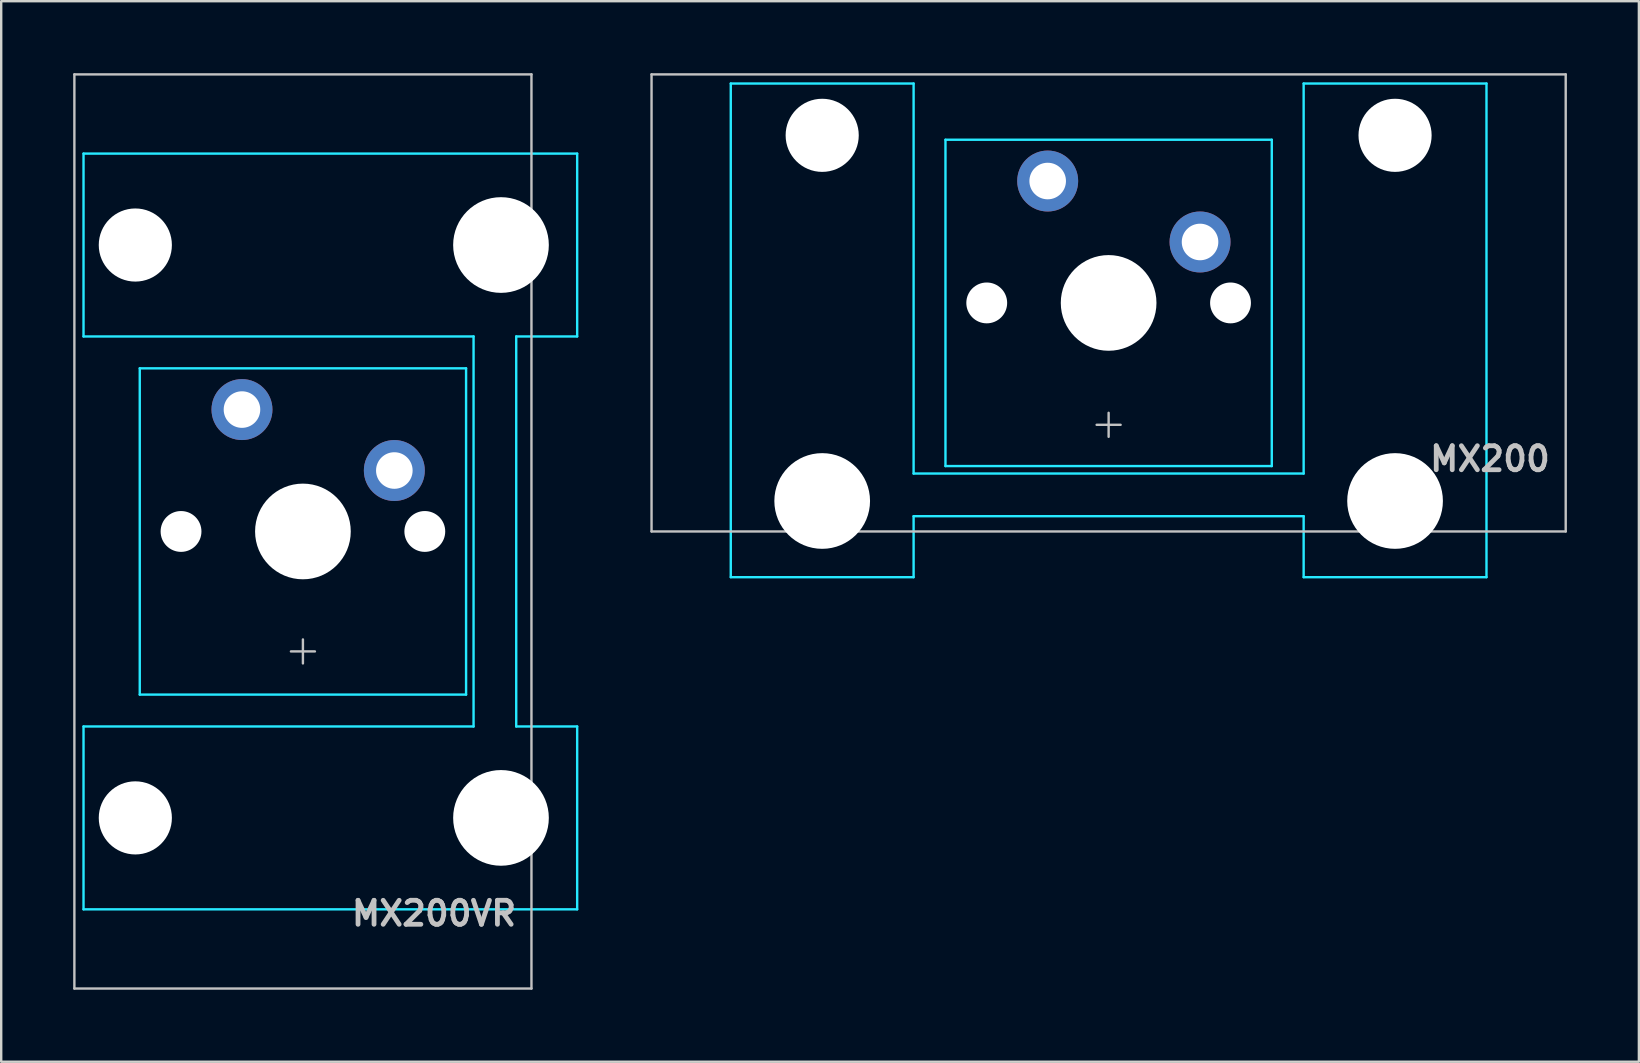
<source format=kicad_pcb>
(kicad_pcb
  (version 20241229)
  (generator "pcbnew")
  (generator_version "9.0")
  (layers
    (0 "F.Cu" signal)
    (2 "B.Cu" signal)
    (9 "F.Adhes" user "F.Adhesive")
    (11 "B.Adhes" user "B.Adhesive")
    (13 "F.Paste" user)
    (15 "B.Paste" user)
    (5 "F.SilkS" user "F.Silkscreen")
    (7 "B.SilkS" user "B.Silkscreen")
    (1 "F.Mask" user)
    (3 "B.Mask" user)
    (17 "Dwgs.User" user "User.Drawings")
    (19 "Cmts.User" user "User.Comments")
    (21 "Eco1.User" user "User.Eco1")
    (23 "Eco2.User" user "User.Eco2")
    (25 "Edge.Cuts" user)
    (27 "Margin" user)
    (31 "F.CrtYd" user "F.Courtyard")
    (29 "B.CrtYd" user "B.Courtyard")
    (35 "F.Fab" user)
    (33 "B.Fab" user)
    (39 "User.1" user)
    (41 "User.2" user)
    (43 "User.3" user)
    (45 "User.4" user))
  (footprint "MX200VR"
    (layer "F.Cu")
    (at 9.575 19.02)
    (property "Reference" "MX200VR" (at 9 16 0) (layer "Dwgs.User") (effects (font (size 1 1) (thickness 0.2)) (justify right)))
    (attr through_hole)
    (fp_line (start -9.525 -18.97) (end -9.525 19.13) (stroke (width 0.1) (type solid)) (layer "Dwgs.User"))
    (fp_line (start -0.5 5.08) (end 0.5 5.08) (stroke (width 0.1) (type solid)) (layer "Dwgs.User"))
    (fp_line (start 0 5.58) (end 0 4.58) (stroke (width 0.1) (type solid)) (layer "Dwgs.User"))
    (fp_line (start 9.525 -18.97) (end -9.525 -18.97) (stroke (width 0.1) (type solid)) (layer "Dwgs.User"))
    (fp_line (start 9.525 -18.97) (end 9.525 19.13) (stroke (width 0.1) (type solid)) (layer "Dwgs.User"))
    (fp_line (start 9.525 19.13) (end -9.525 19.13) (stroke (width 0.1) (type solid)) (layer "Dwgs.User"))
    (fp_line (start -7 -6.42) (end -7 6.58) (stroke (width 0.1) (type solid)) (layer "Eco1.User"))
    (fp_line (start -6.5 7.08) (end 6.5 7.08) (stroke (width 0.1) (type solid)) (layer "Eco1.User"))
    (fp_line (start -5.985 -8.858) (end -5.985 -14.858) (stroke (width 0.1) (type solid)) (layer "Eco1.User"))
    (fp_line (start -5.985 15.018) (end -5.985 9.018) (stroke (width 0.1) (type solid)) (layer "Eco1.User"))
    (fp_line (start -5.485 -8.358) (end 8.515 -8.358) (stroke (width 0.1) (type solid)) (layer "Eco1.User"))
    (fp_line (start -5.485 15.518) (end 8.515 15.518) (stroke (width 0.1) (type solid)) (layer "Eco1.User"))
    (fp_line (start 6.5 -6.92) (end -6.5 -6.92) (stroke (width 0.1) (type solid)) (layer "Eco1.User"))
    (fp_line (start 7 6.58) (end 7 -6.42) (stroke (width 0.1) (type solid)) (layer "Eco1.User"))
    (fp_line (start 8.515 -15.358) (end -5.485 -15.358) (stroke (width 0.1) (type solid)) (layer "Eco1.User"))
    (fp_line (start 8.515 8.518) (end -5.485 8.518) (stroke (width 0.1) (type solid)) (layer "Eco1.User"))
    (fp_line (start 9.015 -14.858) (end 9.015 -8.858) (stroke (width 0.1) (type solid)) (layer "Eco1.User"))
    (fp_line (start 9.015 9.018) (end 9.015 15.018) (stroke (width 0.1) (type solid)) (layer "Eco1.User"))
    (fp_arc (start -7 -6.42) (mid -6.853553 -6.773553) (end -6.5 -6.92) (stroke (width 0.1) (type solid)) (layer "Eco1.User"))
    (fp_arc (start -6.5 7.08) (mid -6.853553 6.933553) (end -7 6.58) (stroke (width 0.1) (type solid)) (layer "Eco1.User"))
    (fp_arc (start -5.985 -14.858) (mid -5.838553 -15.211553) (end -5.485 -15.358) (stroke (width 0.1) (type solid)) (layer "Eco1.User"))
    (fp_arc (start -5.985 9.018) (mid -5.838553 8.664447) (end -5.485 8.518) (stroke (width 0.1) (type solid)) (layer "Eco1.User"))
    (fp_arc (start -5.485 -8.358) (mid -5.838553 -8.504447) (end -5.985 -8.858) (stroke (width 0.1) (type solid)) (layer "Eco1.User"))
    (fp_arc (start -5.485 15.518) (mid -5.838553 15.371553) (end -5.985 15.018) (stroke (width 0.1) (type solid)) (layer "Eco1.User"))
    (fp_arc (start 6.5 -6.92) (mid 6.853553 -6.773553) (end 7 -6.42) (stroke (width 0.1) (type solid)) (layer "Eco1.User"))
    (fp_arc (start 7 6.58) (mid 6.853553 6.933553) (end 6.5 7.08) (stroke (width 0.1) (type solid)) (layer "Eco1.User"))
    (fp_arc (start 8.515 -15.358) (mid 8.868553 -15.211553) (end 9.015 -14.858) (stroke (width 0.1) (type solid)) (layer "Eco1.User"))
    (fp_arc (start 8.515 8.518) (mid 8.868553 8.664447) (end 9.015 9.018) (stroke (width 0.1) (type solid)) (layer "Eco1.User"))
    (fp_arc (start 9.015 -8.858) (mid 8.868553 -8.504447) (end 8.515 -8.358) (stroke (width 0.1) (type solid)) (layer "Eco1.User"))
    (fp_arc (start 9.015 15.018) (mid 8.868553 15.371553) (end 8.515 15.518) (stroke (width 0.1) (type solid)) (layer "Eco1.User"))
    (fp_line (start -9.144 -15.668) (end 11.43 -15.668) (stroke (width 0.1) (type solid)) (layer "B.CrtYd"))
    (fp_line (start -9.144 -8.048) (end -9.144 -15.668) (stroke (width 0.1) (type solid)) (layer "B.CrtYd"))
    (fp_line (start -9.144 -8.048) (end 7.112 -8.048) (stroke (width 0.1) (type solid)) (layer "B.CrtYd"))
    (fp_line (start -9.144 8.208) (end 7.112 8.208) (stroke (width 0.1) (type solid)) (layer "B.CrtYd"))
    (fp_line (start -9.144 15.828) (end -9.144 8.208) (stroke (width 0.1) (type solid)) (layer "B.CrtYd"))
    (fp_line (start -6.8 6.88) (end -6.8 -6.72) (stroke (width 0.1) (type solid)) (layer "B.CrtYd"))
    (fp_line (start 6.8 -6.72) (end -6.8 -6.72) (stroke (width 0.1) (type solid)) (layer "B.CrtYd"))
    (fp_line (start 6.8 6.88) (end -6.8 6.88) (stroke (width 0.1) (type solid)) (layer "B.CrtYd"))
    (fp_line (start 6.8 6.88) (end 6.8 -6.72) (stroke (width 0.1) (type solid)) (layer "B.CrtYd"))
    (fp_line (start 7.112 8.208) (end 7.112 -8.048) (stroke (width 0.1) (type solid)) (layer "B.CrtYd"))
    (fp_line (start 8.89 8.208) (end 8.89 -8.048) (stroke (width 0.1) (type solid)) (layer "B.CrtYd"))
    (fp_line (start 11.43 -15.668) (end 11.43 -8.048) (stroke (width 0.1) (type solid)) (layer "B.CrtYd"))
    (fp_line (start 11.43 -8.048) (end 8.89 -8.048) (stroke (width 0.1) (type solid)) (layer "B.CrtYd"))
    (fp_line (start 11.43 8.208) (end 8.89 8.208) (stroke (width 0.1) (type solid)) (layer "B.CrtYd"))
    (fp_line (start 11.43 8.208) (end 11.43 15.828) (stroke (width 0.1) (type solid)) (layer "B.CrtYd"))
    (fp_line (start 11.43 15.828) (end -9.144 15.828) (stroke (width 0.1) (type solid)) (layer "B.CrtYd"))
    (pad "" np_thru_hole circle (at -6.985 -11.858 90) (size 3.048 3.048) (drill 3.048) (layers "*.Cu" "*.Mask"))
    (pad "" np_thru_hole circle (at -6.985 12.018 90) (size 3.048 3.048) (drill 3.048) (layers "*.Cu" "*.Mask"))
    (pad "" np_thru_hole circle (at -5.08 0.08) (size 1.702 1.702) (drill 1.702) (layers "*.Cu" "*.Mask"))
    (pad "" connect circle (at -2.54 -5) (size 1.524 1.524) (layers "B.Mask"))
    (pad "" np_thru_hole circle (at 0 0.08 180) (size 3.988 3.988) (drill 3.988) (layers "*.Cu" "*.Mask"))
    (pad "" connect circle (at 3.81 -2.46) (size 1.524 1.524) (layers "B.Mask"))
    (pad "" np_thru_hole circle (at 5.08 0.08) (size 1.702 1.702) (drill 1.702) (layers "*.Cu" "*.Mask"))
    (pad "" np_thru_hole circle (at 8.255 -11.858 90) (size 3.988 3.988) (drill 3.988) (layers "*.Cu" "*.Mask"))
    (pad "" np_thru_hole circle (at 8.255 12.018 90) (size 3.988 3.988) (drill 3.988) (layers "*.Cu" "*.Mask"))
    (pad "1" thru_hole circle (at -2.54 -5) (size 2.54 2.54) (drill 1.524) (layers "*.Cu" "F.Mask"))
    (pad "2" thru_hole circle (at 3.81 -2.46) (size 2.54 2.54) (drill 1.524) (layers "*.Cu" "F.Mask")))
  (footprint "MX200"
    (layer "F.Cu")
    (at 43.155 9.575)
    (property "Reference" "MX200" (at 18.5 6.5 0) (layer "Dwgs.User") (effects (font (size 1 1) (thickness 0.2)) (justify right)))
    (attr through_hole)
    (fp_line (start -19.05 -9.525) (end -19.05 9.525) (stroke (width 0.1) (type solid)) (layer "Dwgs.User"))
    (fp_line (start -19.05 -9.525) (end 19.05 -9.525) (stroke (width 0.1) (type solid)) (layer "Dwgs.User"))
    (fp_line (start -19.05 9.525) (end 19.05 9.525) (stroke (width 0.1) (type solid)) (layer "Dwgs.User"))
    (fp_line (start -0.5 5.08) (end 0.5 5.08) (stroke (width 0.1) (type solid)) (layer "Dwgs.User"))
    (fp_line (start 0 5.58) (end 0 4.58) (stroke (width 0.1) (type solid)) (layer "Dwgs.User"))
    (fp_line (start 19.05 -9.525) (end 19.05 9.525) (stroke (width 0.1) (type solid)) (layer "Dwgs.User"))
    (fp_line (start -15.438 -5.485) (end -15.438 8.515) (stroke (width 0.1) (type solid)) (layer "Eco1.User"))
    (fp_line (start -14.938 -5.985) (end -8.938 -5.985) (stroke (width 0.1) (type solid)) (layer "Eco1.User"))
    (fp_line (start -8.938 9.015) (end -14.938 9.015) (stroke (width 0.1) (type solid)) (layer "Eco1.User"))
    (fp_line (start -8.438 8.515) (end -8.438 -5.485) (stroke (width 0.1) (type solid)) (layer "Eco1.User"))
    (fp_line (start -7 -6.5) (end -7 6.5) (stroke (width 0.1) (type solid)) (layer "Eco1.User"))
    (fp_line (start -6.5 7) (end 6.5 7) (stroke (width 0.1) (type solid)) (layer "Eco1.User"))
    (fp_line (start 6.5 -7) (end -6.5 -7) (stroke (width 0.1) (type solid)) (layer "Eco1.User"))
    (fp_line (start 7 6.5) (end 7 -6.5) (stroke (width 0.1) (type solid)) (layer "Eco1.User"))
    (fp_line (start 8.438 -5.485) (end 8.438 8.515) (stroke (width 0.1) (type solid)) (layer "Eco1.User"))
    (fp_line (start 8.938 -5.985) (end 14.938 -5.985) (stroke (width 0.1) (type solid)) (layer "Eco1.User"))
    (fp_line (start 14.938 9.015) (end 8.938 9.015) (stroke (width 0.1) (type solid)) (layer "Eco1.User"))
    (fp_line (start 15.438 8.515) (end 15.438 -5.485) (stroke (width 0.1) (type solid)) (layer "Eco1.User"))
    (fp_arc (start -15.438 -5.485) (mid -15.291553 -5.838553) (end -14.938 -5.985) (stroke (width 0.1) (type solid)) (layer "Eco1.User"))
    (fp_arc (start -14.938 9.015) (mid -15.291553 8.868553) (end -15.438 8.515) (stroke (width 0.1) (type solid)) (layer "Eco1.User"))
    (fp_arc (start -8.938 -5.985) (mid -8.584447 -5.838553) (end -8.438 -5.485) (stroke (width 0.1) (type solid)) (layer "Eco1.User"))
    (fp_arc (start -8.438 8.515) (mid -8.584447 8.868553) (end -8.938 9.015) (stroke (width 0.1) (type solid)) (layer "Eco1.User"))
    (fp_arc (start -7 -6.5) (mid -6.853553 -6.853553) (end -6.5 -7) (stroke (width 0.1) (type solid)) (layer "Eco1.User"))
    (fp_arc (start -6.5 7) (mid -6.853553 6.853553) (end -7 6.5) (stroke (width 0.1) (type solid)) (layer "Eco1.User"))
    (fp_arc (start 6.5 -7) (mid 6.853553 -6.853553) (end 7 -6.5) (stroke (width 0.1) (type solid)) (layer "Eco1.User"))
    (fp_arc (start 7 6.5) (mid 6.853553 6.853553) (end 6.5 7) (stroke (width 0.1) (type solid)) (layer "Eco1.User"))
    (fp_arc (start 8.438 -5.485) (mid 8.584447 -5.838553) (end 8.938 -5.985) (stroke (width 0.1) (type solid)) (layer "Eco1.User"))
    (fp_arc (start 8.938 9.015) (mid 8.584447 8.868553) (end 8.438 8.515) (stroke (width 0.1) (type solid)) (layer "Eco1.User"))
    (fp_arc (start 14.938 -5.985) (mid 15.291553 -5.838553) (end 15.438 -5.485) (stroke (width 0.1) (type solid)) (layer "Eco1.User"))
    (fp_arc (start 15.438 8.515) (mid 15.291553 8.868553) (end 14.938 9.015) (stroke (width 0.1) (type solid)) (layer "Eco1.User"))
    (fp_line (start -15.748 -9.144) (end -8.128 -9.144) (stroke (width 0.1) (type solid)) (layer "B.CrtYd"))
    (fp_line (start -15.748 11.43) (end -15.748 -9.144) (stroke (width 0.1) (type solid)) (layer "B.CrtYd"))
    (fp_line (start -8.128 -9.144) (end -8.128 7.112) (stroke (width 0.1) (type solid)) (layer "B.CrtYd"))
    (fp_line (start -8.128 7.112) (end 8.128 7.112) (stroke (width 0.1) (type solid)) (layer "B.CrtYd"))
    (fp_line (start -8.128 8.89) (end 8.128 8.89) (stroke (width 0.1) (type solid)) (layer "B.CrtYd"))
    (fp_line (start -8.128 11.43) (end -15.748 11.43) (stroke (width 0.1) (type solid)) (layer "B.CrtYd"))
    (fp_line (start -8.128 11.43) (end -8.128 8.89) (stroke (width 0.1) (type solid)) (layer "B.CrtYd"))
    (fp_line (start -6.8 6.8) (end -6.8 -6.8) (stroke (width 0.1) (type solid)) (layer "B.CrtYd"))
    (fp_line (start 6.8 -6.8) (end -6.8 -6.8) (stroke (width 0.1) (type solid)) (layer "B.CrtYd"))
    (fp_line (start 6.8 6.8) (end -6.8 6.8) (stroke (width 0.1) (type solid)) (layer "B.CrtYd"))
    (fp_line (start 6.8 6.8) (end 6.8 -6.8) (stroke (width 0.1) (type solid)) (layer "B.CrtYd"))
    (fp_line (start 8.128 -9.144) (end 8.128 7.112) (stroke (width 0.1) (type solid)) (layer "B.CrtYd"))
    (fp_line (start 8.128 -9.144) (end 15.748 -9.144) (stroke (width 0.1) (type solid)) (layer "B.CrtYd"))
    (fp_line (start 8.128 11.43) (end 8.128 8.89) (stroke (width 0.1) (type solid)) (layer "B.CrtYd"))
    (fp_line (start 15.748 -9.144) (end 15.748 11.43) (stroke (width 0.1) (type solid)) (layer "B.CrtYd"))
    (fp_line (start 15.748 11.43) (end 8.128 11.43) (stroke (width 0.1) (type solid)) (layer "B.CrtYd"))
    (pad "" np_thru_hole circle (at -11.938 -6.985) (size 3.048 3.048) (drill 3.048) (layers "*.Cu" "*.Mask"))
    (pad "" np_thru_hole circle (at -11.938 8.255) (size 3.988 3.988) (drill 3.988) (layers "*.Cu" "*.Mask"))
    (pad "" np_thru_hole circle (at -5.08 0) (size 1.702 1.702) (drill 1.702) (layers "*.Cu" "*.Mask"))
    (pad "" connect circle (at -2.54 -5.08) (size 1.524 1.524) (layers "B.Mask"))
    (pad "" np_thru_hole circle (at 0 0) (size 3.988 3.988) (drill 3.988) (layers "*.Cu" "*.Mask"))
    (pad "" connect circle (at 3.81 -2.54) (size 1.524 1.524) (layers "B.Mask"))
    (pad "" np_thru_hole circle (at 5.08 0) (size 1.702 1.702) (drill 1.702) (layers "*.Cu" "*.Mask"))
    (pad "" np_thru_hole circle (at 11.938 -6.985) (size 3.048 3.048) (drill 3.048) (layers "*.Cu" "*.Mask"))
    (pad "" np_thru_hole circle (at 11.938 8.255) (size 3.988 3.988) (drill 3.988) (layers "*.Cu" "*.Mask"))
    (pad "1" thru_hole circle (at -2.54 -5.08) (size 2.54 2.54) (drill 1.524) (layers "*.Cu" "F.Mask"))
    (pad "2" thru_hole circle (at 3.81 -2.54) (size 2.54 2.54) (drill 1.524) (layers "*.Cu" "F.Mask")))
  (gr_rect
    (start -3 -3)
    (end 65.255 41.2)
    (stroke (width 0.1) (type default))
    (fill no)
    (layer "Edge.Cuts")))
</source>
